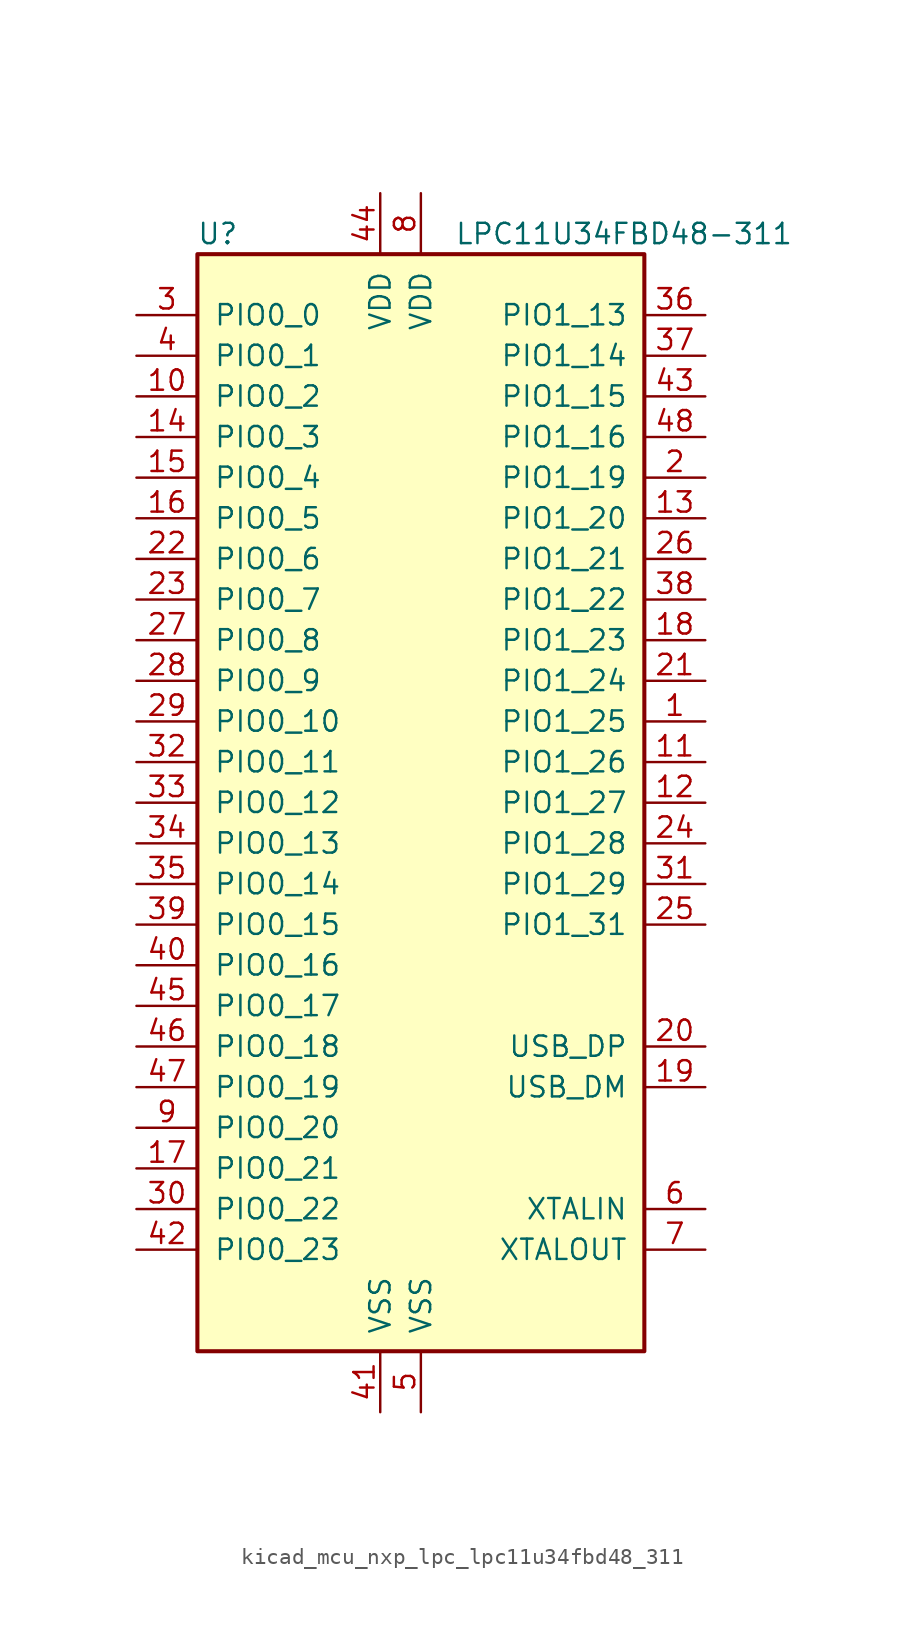
<source format=kicad_sym>
(kicad_symbol_lib
  (version 20220914)
  (generator kicad_symbol_editor)
  (symbol "kicad_mcu_nxp_lpc_lpc11u34fbd48_311"
    (pin_names
      (offset 1.016))
    (property "Reference" "U"
      (at -12.7 35.56 0)
      (effects (font (size 1.27 1.27))))
    (property "Value" "LPC11U34FBD48-311"
      (at 12.7 35.56 0)
      (effects (font (size 1.27 1.27))))
    (symbol "kicad_mcu_nxp_lpc_lpc11u34fbd48_311_0_1"
      (rectangle (start -13.97 34.29) (end 13.97 -34.29) (stroke (width 0.254) (type default)) (fill (type background))))
    (symbol "kicad_mcu_nxp_lpc_lpc11u34fbd48_311_1_1"
      (pin bidirectional line (at 17.78 5.08 180) (length 3.81) (name "PIO1_25" (effects (font (size 1.27 1.27)))) (number "1" (effects (font (size 1.27 1.27)))))
      (pin bidirectional line (at -17.78 25.4 0) (length 3.81) (name "PIO0_2" (effects (font (size 1.27 1.27)))) (number "10" (effects (font (size 1.27 1.27)))))
      (pin bidirectional line (at 17.78 2.54 180) (length 3.81) (name "PIO1_26" (effects (font (size 1.27 1.27)))) (number "11" (effects (font (size 1.27 1.27)))))
      (pin bidirectional line (at 17.78 0 180) (length 3.81) (name "PIO1_27" (effects (font (size 1.27 1.27)))) (number "12" (effects (font (size 1.27 1.27)))))
      (pin bidirectional line (at 17.78 17.78 180) (length 3.81) (name "PIO1_20" (effects (font (size 1.27 1.27)))) (number "13" (effects (font (size 1.27 1.27)))))
      (pin bidirectional line (at -17.78 22.86 0) (length 3.81) (name "PIO0_3" (effects (font (size 1.27 1.27)))) (number "14" (effects (font (size 1.27 1.27)))))
      (pin bidirectional line (at -17.78 20.32 0) (length 3.81) (name "PIO0_4" (effects (font (size 1.27 1.27)))) (number "15" (effects (font (size 1.27 1.27)))))
      (pin bidirectional line (at -17.78 17.78 0) (length 3.81) (name "PIO0_5" (effects (font (size 1.27 1.27)))) (number "16" (effects (font (size 1.27 1.27)))))
      (pin bidirectional line (at -17.78 -22.86 0) (length 3.81) (name "PIO0_21" (effects (font (size 1.27 1.27)))) (number "17" (effects (font (size 1.27 1.27)))))
      (pin bidirectional line (at 17.78 10.16 180) (length 3.81) (name "PIO1_23" (effects (font (size 1.27 1.27)))) (number "18" (effects (font (size 1.27 1.27)))))
      (pin bidirectional line (at 17.78 -17.78 180) (length 3.81) (name "USB_DM" (effects (font (size 1.27 1.27)))) (number "19" (effects (font (size 1.27 1.27)))))
      (pin bidirectional line (at 17.78 20.32 180) (length 3.81) (name "PIO1_19" (effects (font (size 1.27 1.27)))) (number "2" (effects (font (size 1.27 1.27)))))
      (pin bidirectional line (at 17.78 -15.24 180) (length 3.81) (name "USB_DP" (effects (font (size 1.27 1.27)))) (number "20" (effects (font (size 1.27 1.27)))))
      (pin bidirectional line (at 17.78 7.62 180) (length 3.81) (name "PIO1_24" (effects (font (size 1.27 1.27)))) (number "21" (effects (font (size 1.27 1.27)))))
      (pin bidirectional line (at -17.78 15.24 0) (length 3.81) (name "PIO0_6" (effects (font (size 1.27 1.27)))) (number "22" (effects (font (size 1.27 1.27)))))
      (pin bidirectional line (at -17.78 12.7 0) (length 3.81) (name "PIO0_7" (effects (font (size 1.27 1.27)))) (number "23" (effects (font (size 1.27 1.27)))))
      (pin bidirectional line (at 17.78 -2.54 180) (length 3.81) (name "PIO1_28" (effects (font (size 1.27 1.27)))) (number "24" (effects (font (size 1.27 1.27)))))
      (pin bidirectional line (at 17.78 -7.62 180) (length 3.81) (name "PIO1_31" (effects (font (size 1.27 1.27)))) (number "25" (effects (font (size 1.27 1.27)))))
      (pin bidirectional line (at 17.78 15.24 180) (length 3.81) (name "PIO1_21" (effects (font (size 1.27 1.27)))) (number "26" (effects (font (size 1.27 1.27)))))
      (pin bidirectional line (at -17.78 10.16 0) (length 3.81) (name "PIO0_8" (effects (font (size 1.27 1.27)))) (number "27" (effects (font (size 1.27 1.27)))))
      (pin bidirectional line (at -17.78 7.62 0) (length 3.81) (name "PIO0_9" (effects (font (size 1.27 1.27)))) (number "28" (effects (font (size 1.27 1.27)))))
      (pin bidirectional line (at -17.78 5.08 0) (length 3.81) (name "PIO0_10" (effects (font (size 1.27 1.27)))) (number "29" (effects (font (size 1.27 1.27)))))
      (pin bidirectional line (at -17.78 30.48 0) (length 3.81) (name "PIO0_0" (effects (font (size 1.27 1.27)))) (number "3" (effects (font (size 1.27 1.27)))))
      (pin bidirectional line (at -17.78 -25.4 0) (length 3.81) (name "PIO0_22" (effects (font (size 1.27 1.27)))) (number "30" (effects (font (size 1.27 1.27)))))
      (pin bidirectional line (at 17.78 -5.08 180) (length 3.81) (name "PIO1_29" (effects (font (size 1.27 1.27)))) (number "31" (effects (font (size 1.27 1.27)))))
      (pin bidirectional line (at -17.78 2.54 0) (length 3.81) (name "PIO0_11" (effects (font (size 1.27 1.27)))) (number "32" (effects (font (size 1.27 1.27)))))
      (pin bidirectional line (at -17.78 0 0) (length 3.81) (name "PIO0_12" (effects (font (size 1.27 1.27)))) (number "33" (effects (font (size 1.27 1.27)))))
      (pin bidirectional line (at -17.78 -2.54 0) (length 3.81) (name "PIO0_13" (effects (font (size 1.27 1.27)))) (number "34" (effects (font (size 1.27 1.27)))))
      (pin bidirectional line (at -17.78 -5.08 0) (length 3.81) (name "PIO0_14" (effects (font (size 1.27 1.27)))) (number "35" (effects (font (size 1.27 1.27)))))
      (pin bidirectional line (at 17.78 30.48 180) (length 3.81) (name "PIO1_13" (effects (font (size 1.27 1.27)))) (number "36" (effects (font (size 1.27 1.27)))))
      (pin bidirectional line (at 17.78 27.94 180) (length 3.81) (name "PIO1_14" (effects (font (size 1.27 1.27)))) (number "37" (effects (font (size 1.27 1.27)))))
      (pin bidirectional line (at 17.78 12.7 180) (length 3.81) (name "PIO1_22" (effects (font (size 1.27 1.27)))) (number "38" (effects (font (size 1.27 1.27)))))
      (pin bidirectional line (at -17.78 -7.62 0) (length 3.81) (name "PIO0_15" (effects (font (size 1.27 1.27)))) (number "39" (effects (font (size 1.27 1.27)))))
      (pin bidirectional line (at -17.78 27.94 0) (length 3.81) (name "PIO0_1" (effects (font (size 1.27 1.27)))) (number "4" (effects (font (size 1.27 1.27)))))
      (pin bidirectional line (at -17.78 -10.16 0) (length 3.81) (name "PIO0_16" (effects (font (size 1.27 1.27)))) (number "40" (effects (font (size 1.27 1.27)))))
      (pin power_in line (at -2.54 -38.1 90) (length 3.81) (name "VSS" (effects (font (size 1.27 1.27)))) (number "41" (effects (font (size 1.27 1.27)))))
      (pin bidirectional line (at -17.78 -27.94 0) (length 3.81) (name "PIO0_23" (effects (font (size 1.27 1.27)))) (number "42" (effects (font (size 1.27 1.27)))))
      (pin bidirectional line (at 17.78 25.4 180) (length 3.81) (name "PIO1_15" (effects (font (size 1.27 1.27)))) (number "43" (effects (font (size 1.27 1.27)))))
      (pin power_in line (at -2.54 38.1 270) (length 3.81) (name "VDD" (effects (font (size 1.27 1.27)))) (number "44" (effects (font (size 1.27 1.27)))))
      (pin bidirectional line (at -17.78 -12.7 0) (length 3.81) (name "PIO0_17" (effects (font (size 1.27 1.27)))) (number "45" (effects (font (size 1.27 1.27)))))
      (pin bidirectional line (at -17.78 -15.24 0) (length 3.81) (name "PIO0_18" (effects (font (size 1.27 1.27)))) (number "46" (effects (font (size 1.27 1.27)))))
      (pin bidirectional line (at -17.78 -17.78 0) (length 3.81) (name "PIO0_19" (effects (font (size 1.27 1.27)))) (number "47" (effects (font (size 1.27 1.27)))))
      (pin bidirectional line (at 17.78 22.86 180) (length 3.81) (name "PIO1_16" (effects (font (size 1.27 1.27)))) (number "48" (effects (font (size 1.27 1.27)))))
      (pin power_in line (at 0 -38.1 90) (length 3.81) (name "VSS" (effects (font (size 1.27 1.27)))) (number "5" (effects (font (size 1.27 1.27)))))
      (pin input line (at 17.78 -25.4 180) (length 3.81) (name "XTALIN" (effects (font (size 1.27 1.27)))) (number "6" (effects (font (size 1.27 1.27)))))
      (pin output line (at 17.78 -27.94 180) (length 3.81) (name "XTALOUT" (effects (font (size 1.27 1.27)))) (number "7" (effects (font (size 1.27 1.27)))))
      (pin power_in line (at 0 38.1 270) (length 3.81) (name "VDD" (effects (font (size 1.27 1.27)))) (number "8" (effects (font (size 1.27 1.27)))))
      (pin bidirectional line (at -17.78 -20.32 0) (length 3.81) (name "PIO0_20" (effects (font (size 1.27 1.27)))) (number "9" (effects (font (size 1.27 1.27))))))))
</source>
